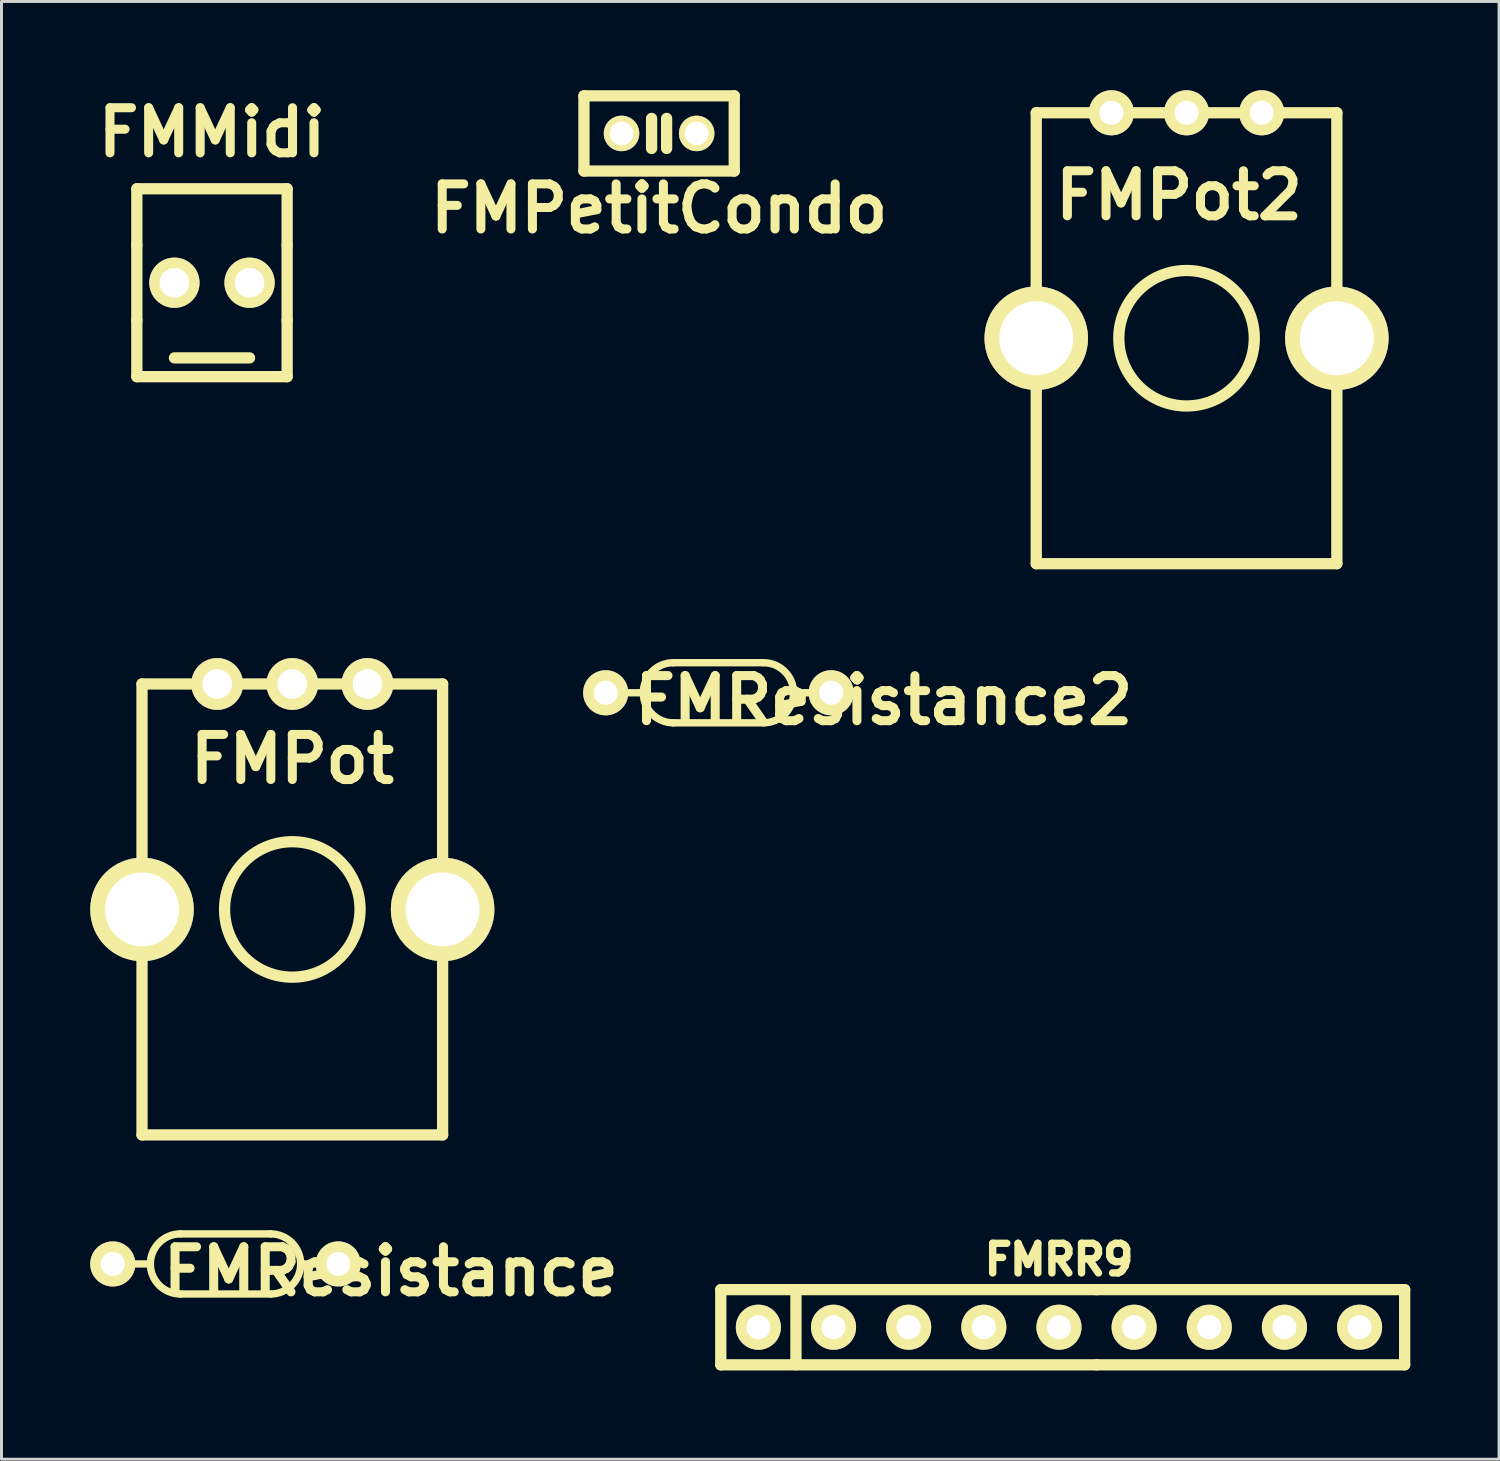
<source format=kicad_pcb>
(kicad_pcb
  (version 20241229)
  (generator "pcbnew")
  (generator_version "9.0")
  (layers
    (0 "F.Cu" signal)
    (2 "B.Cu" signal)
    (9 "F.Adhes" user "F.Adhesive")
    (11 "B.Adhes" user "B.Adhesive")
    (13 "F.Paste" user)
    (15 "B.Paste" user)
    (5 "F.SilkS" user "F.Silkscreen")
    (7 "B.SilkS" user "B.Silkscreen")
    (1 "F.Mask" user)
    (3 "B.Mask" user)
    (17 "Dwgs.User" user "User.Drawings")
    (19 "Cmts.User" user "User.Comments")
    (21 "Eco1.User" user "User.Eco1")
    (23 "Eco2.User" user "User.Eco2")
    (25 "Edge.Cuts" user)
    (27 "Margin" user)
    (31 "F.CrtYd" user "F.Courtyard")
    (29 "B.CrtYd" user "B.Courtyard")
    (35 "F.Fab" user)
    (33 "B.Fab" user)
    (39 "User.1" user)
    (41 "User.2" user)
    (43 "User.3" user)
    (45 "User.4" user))
  (footprint "FMRR9"
    (layer "F.Cu")
    (at 32.742 41.809)
    (property "Reference" "FMRR9" (at 0 -2.286 0) (layer "F.SilkS") (effects (font (size 1.001 1.001) (thickness 0.251))))
    (attr through_hole)
    (fp_line (start -11.43 -1.27) (end -11.43 1.27) (stroke (width 0.381) (type solid)) (layer "F.SilkS"))
    (fp_line (start -11.43 1.27) (end 1.27 1.27) (stroke (width 0.381) (type solid)) (layer "F.SilkS"))
    (fp_line (start -8.89 -1.27) (end -8.89 1.27) (stroke (width 0.381) (type solid)) (layer "F.SilkS"))
    (fp_line (start 1.27 -1.27) (end -11.43 -1.27) (stroke (width 0.381) (type solid)) (layer "F.SilkS"))
    (fp_line (start 1.27 -1.27) (end 11.684 -1.27) (stroke (width 0.381) (type solid)) (layer "F.SilkS"))
    (fp_line (start 11.684 -1.27) (end 11.684 1.27) (stroke (width 0.381) (type solid)) (layer "F.SilkS"))
    (fp_line (start 11.684 1.27) (end 1.27 1.27) (stroke (width 0.381) (type solid)) (layer "F.SilkS"))
    (pad "1" thru_hole circle (at -10.16 0) (size 1.524 1.524) (drill 0.813) (layers "*.Cu" "*.Mask" "F.SilkS"))
    (pad "2" thru_hole circle (at -7.62 0) (size 1.524 1.524) (drill 0.813) (layers "*.Cu" "*.Mask" "F.SilkS"))
    (pad "3" thru_hole circle (at -5.08 0) (size 1.524 1.524) (drill 0.813) (layers "*.Cu" "*.Mask" "F.SilkS"))
    (pad "4" thru_hole circle (at -2.54 0) (size 1.524 1.524) (drill 0.813) (layers "*.Cu" "*.Mask" "F.SilkS"))
    (pad "5" thru_hole circle (at 0 0) (size 1.524 1.524) (drill 0.813) (layers "*.Cu" "*.Mask" "F.SilkS"))
    (pad "6" thru_hole circle (at 2.54 0) (size 1.524 1.524) (drill 0.813) (layers "*.Cu" "*.Mask" "F.SilkS"))
    (pad "7" thru_hole circle (at 5.08 0) (size 1.524 1.524) (drill 0.813) (layers "*.Cu" "*.Mask" "F.SilkS"))
    (pad "8" thru_hole circle (at 7.62 0) (size 1.524 1.524) (drill 0.813) (layers "*.Cu" "*.Mask" "F.SilkS"))
    (pad "9" thru_hole circle (at 10.16 0) (size 1.524 1.524) (drill 0.813) (layers "*.Cu" "*.Mask" "F.SilkS")))
  (footprint "FMMidi"
    (layer "F.Cu")
    (at 4.115 3.966)
    (property "Reference" "FMMidi" (at 0 -2.54 0) (layer "F.SilkS") (effects (font (size 1.524 1.524) (thickness 0.305))))
    (attr through_hole)
    (fp_line (start -2.54 -0.635) (end 2.54 -0.635) (stroke (width 0.381) (type solid)) (layer "F.SilkS"))
    (fp_line (start -2.54 1.27) (end -2.54 -0.635) (stroke (width 0.381) (type solid)) (layer "F.SilkS"))
    (fp_line (start -2.54 3.81) (end -2.54 1.27) (stroke (width 0.381) (type solid)) (layer "F.SilkS"))
    (fp_line (start -2.54 3.81) (end -2.54 5.715) (stroke (width 0.381) (type solid)) (layer "F.SilkS"))
    (fp_line (start -2.54 5.715) (end 2.54 5.715) (stroke (width 0.381) (type solid)) (layer "F.SilkS"))
    (fp_line (start -1.27 5.08) (end 1.27 5.08) (stroke (width 0.381) (type solid)) (layer "F.SilkS"))
    (fp_line (start 2.54 -0.635) (end 2.54 1.27) (stroke (width 0.381) (type solid)) (layer "F.SilkS"))
    (fp_line (start 2.54 3.81) (end 2.54 1.27) (stroke (width 0.381) (type solid)) (layer "F.SilkS"))
    (fp_line (start 2.54 5.715) (end 2.54 3.81) (stroke (width 0.381) (type solid)) (layer "F.SilkS"))
    (pad "1" thru_hole circle (at -1.27 2.54) (size 1.699 1.699) (drill 1.001) (layers "*.Cu" "*.Mask" "F.SilkS"))
    (pad "2" thru_hole circle (at 1.27 2.54) (size 1.699 1.699) (drill 1.001) (layers "*.Cu" "*.Mask" "F.SilkS")))
  (footprint "FMPot"
    (layer "F.Cu")
    (at 6.83 27.688)
    (property "Reference" "FMPot" (at 0 -5.08 0) (layer "F.SilkS") (effects (font (size 1.524 1.524) (thickness 0.305))))
    (attr through_hole)
    (fp_line (start -5.08 -7.62) (end -5.08 7.62) (stroke (width 0.381) (type solid)) (layer "F.SilkS"))
    (fp_line (start -5.08 7.62) (end 5.08 7.62) (stroke (width 0.381) (type solid)) (layer "F.SilkS"))
    (fp_line (start 5.08 -7.62) (end -5.08 -7.62) (stroke (width 0.381) (type solid)) (layer "F.SilkS"))
    (fp_line (start 5.08 7.62) (end 5.08 -7.62) (stroke (width 0.381) (type solid)) (layer "F.SilkS"))
    (fp_circle (center 0 0) (end 1.27 1.905) (stroke (width 0.381) (type solid)) (fill no) (layer "F.SilkS"))
    (pad "" thru_hole circle (at -5.08 0 270) (size 3.5 3.5) (drill 2.499) (layers "*.Cu" "*.Mask" "F.SilkS"))
    (pad "" thru_hole circle (at 5.08 0 270) (size 3.5 3.5) (drill 2.499) (layers "*.Cu" "*.Mask" "F.SilkS"))
    (pad "1" thru_hole circle (at 2.54 -7.62 270) (size 1.75 1.75) (drill 1.001) (layers "*.Cu" "*.Mask" "F.SilkS"))
    (pad "2" thru_hole circle (at 0 -7.62 270) (size 1.75 1.75) (drill 1.001) (layers "*.Cu" "*.Mask" "F.SilkS"))
    (pad "3" thru_hole circle (at -2.54 -7.62 270) (size 1.75 1.75) (drill 1.001) (layers "*.Cu" "*.Mask" "F.SilkS")))
  (footprint "FMResistance"
    (layer "F.Cu")
    (at 4.572 39.67)
    (property "Reference" "FMResistance" (at 5.588 0.254 0) (layer "F.SilkS") (effects (font (size 1.524 1.524) (thickness 0.305))))
    (attr through_hole)
    (fp_line (start -2.54 0) (end -3.048 0) (stroke (width 0.249) (type solid)) (layer "F.SilkS"))
    (fp_line (start -1.524 -1.016) (end 1.524 -1.016) (stroke (width 0.249) (type solid)) (layer "F.SilkS"))
    (fp_line (start 1.524 1.016) (end -1.524 1.016) (stroke (width 0.249) (type solid)) (layer "F.SilkS"))
    (fp_line (start 2.54 0) (end 3.048 0) (stroke (width 0.249) (type solid)) (layer "F.SilkS"))
    (fp_arc (start -2.54 0) (mid -2.24242 -0.71842) (end -1.524 -1.016) (stroke (width 0.24892) (type solid)) (layer "F.SilkS"))
    (fp_arc (start -1.524 1.016) (mid -2.24242 0.71842) (end -2.54 0) (stroke (width 0.24892) (type solid)) (layer "F.SilkS"))
    (fp_arc (start 1.524 -1.016) (mid 2.24242 -0.71842) (end 2.54 0) (stroke (width 0.24892) (type solid)) (layer "F.SilkS"))
    (fp_arc (start 2.54 0) (mid 2.24242 0.71842) (end 1.524 1.016) (stroke (width 0.24892) (type solid)) (layer "F.SilkS"))
    (pad "1" thru_hole circle (at -3.81 0) (size 1.524 1.524) (drill 0.813) (layers "*.Cu" "*.Mask" "F.SilkS"))
    (pad "2" thru_hole circle (at 3.81 0) (size 1.524 1.524) (drill 0.813) (layers "*.Cu" "*.Mask" "F.SilkS")))
  (footprint "FMPetitCondo"
    (layer "F.Cu")
    (at 19.227 1.46)
    (property "Reference" "FMPetitCondo" (at 0 2.54 0) (layer "F.SilkS") (effects (font (size 1.524 1.524) (thickness 0.305))))
    (attr through_hole)
    (fp_line (start -2.54 -1.27) (end -2.54 1.27) (stroke (width 0.381) (type solid)) (layer "F.SilkS"))
    (fp_line (start -2.54 1.27) (end 2.54 1.27) (stroke (width 0.381) (type solid)) (layer "F.SilkS"))
    (fp_line (start -0.254 -0.508) (end -0.254 0.508) (stroke (width 0.381) (type solid)) (layer "F.SilkS"))
    (fp_line (start 0.254 -0.508) (end 0.254 0.508) (stroke (width 0.381) (type solid)) (layer "F.SilkS"))
    (fp_line (start 2.54 -1.27) (end -2.54 -1.27) (stroke (width 0.381) (type solid)) (layer "F.SilkS"))
    (fp_line (start 2.54 1.27) (end 2.54 -1.27) (stroke (width 0.381) (type solid)) (layer "F.SilkS"))
    (pad "1" thru_hole circle (at -1.27 0) (size 1.199 1.199) (drill 0.8) (layers "*.Cu" "*.Mask" "F.SilkS"))
    (pad "2" thru_hole circle (at 1.27 0) (size 1.199 1.199) (drill 0.8) (layers "*.Cu" "*.Mask" "F.SilkS")))
  (footprint "FMPot2"
    (layer "F.Cu")
    (at 37.054 8.382)
    (property "Reference" "FMPot2" (at -0.254 -4.826 0) (layer "F.SilkS") (effects (font (size 1.524 1.524) (thickness 0.305))))
    (attr through_hole)
    (fp_line (start -5.08 -7.62) (end -5.08 7.62) (stroke (width 0.381) (type solid)) (layer "F.SilkS"))
    (fp_line (start -5.08 7.62) (end 5.08 7.62) (stroke (width 0.381) (type solid)) (layer "F.SilkS"))
    (fp_line (start 5.08 -7.62) (end -5.08 -7.62) (stroke (width 0.381) (type solid)) (layer "F.SilkS"))
    (fp_line (start 5.08 7.62) (end 5.08 -7.62) (stroke (width 0.381) (type solid)) (layer "F.SilkS"))
    (fp_circle (center 0 0) (end 1.27 1.905) (stroke (width 0.381) (type solid)) (fill no) (layer "F.SilkS"))
    (pad "" thru_hole circle (at -5.08 0 270) (size 3.5 3.5) (drill 2.499) (layers "*.Cu" "*.Mask" "F.SilkS"))
    (pad "" thru_hole circle (at 5.08 0 270) (size 3.5 3.5) (drill 2.499) (layers "*.Cu" "*.Mask" "F.SilkS"))
    (pad "1" thru_hole circle (at 2.54 -7.62 270) (size 1.524 1.524) (drill 0.813) (layers "*.Cu" "*.Mask" "F.SilkS"))
    (pad "2" thru_hole circle (at 0 -7.62 270) (size 1.524 1.524) (drill 0.813) (layers "*.Cu" "*.Mask" "F.SilkS"))
    (pad "3" thru_hole circle (at -2.54 -7.62 270) (size 1.524 1.524) (drill 0.813) (layers "*.Cu" "*.Mask" "F.SilkS")))
  (footprint "FMResistance2"
    (layer "F.Cu")
    (at 21.232 20.365)
    (property "Reference" "FMResistance2" (at 5.588 0.254 0) (layer "F.SilkS") (effects (font (size 1.524 1.524) (thickness 0.305))))
    (attr through_hole)
    (fp_line (start -2.54 0) (end -3.048 0) (stroke (width 0.249) (type solid)) (layer "F.SilkS"))
    (fp_line (start -1.524 -1.016) (end 1.524 -1.016) (stroke (width 0.249) (type solid)) (layer "F.SilkS"))
    (fp_line (start 1.524 1.016) (end -1.524 1.016) (stroke (width 0.249) (type solid)) (layer "F.SilkS"))
    (fp_line (start 2.54 0) (end 3.048 0) (stroke (width 0.249) (type solid)) (layer "F.SilkS"))
    (fp_arc (start -2.54 0) (mid -2.24242 -0.71842) (end -1.524 -1.016) (stroke (width 0.24892) (type solid)) (layer "F.SilkS"))
    (fp_arc (start -1.524 1.016) (mid -2.24242 0.71842) (end -2.54 0) (stroke (width 0.24892) (type solid)) (layer "F.SilkS"))
    (fp_arc (start 1.524 -1.016) (mid 2.24242 -0.71842) (end 2.54 0) (stroke (width 0.24892) (type solid)) (layer "F.SilkS"))
    (fp_arc (start 2.54 0) (mid 2.24242 0.71842) (end 1.524 1.016) (stroke (width 0.24892) (type solid)) (layer "F.SilkS"))
    (pad "1" thru_hole circle (at -3.81 0) (size 1.524 1.524) (drill 0.813) (layers "*.Cu" "*.Mask" "F.SilkS"))
    (pad "2" thru_hole circle (at 3.81 0) (size 1.524 1.524) (drill 0.813) (layers "*.Cu" "*.Mask" "F.SilkS")))
  (gr_rect
    (start -3 -3)
    (end 47.616 46.269)
    (stroke (width 0.1) (type default))
    (fill no)
    (layer "Edge.Cuts")))
</source>
